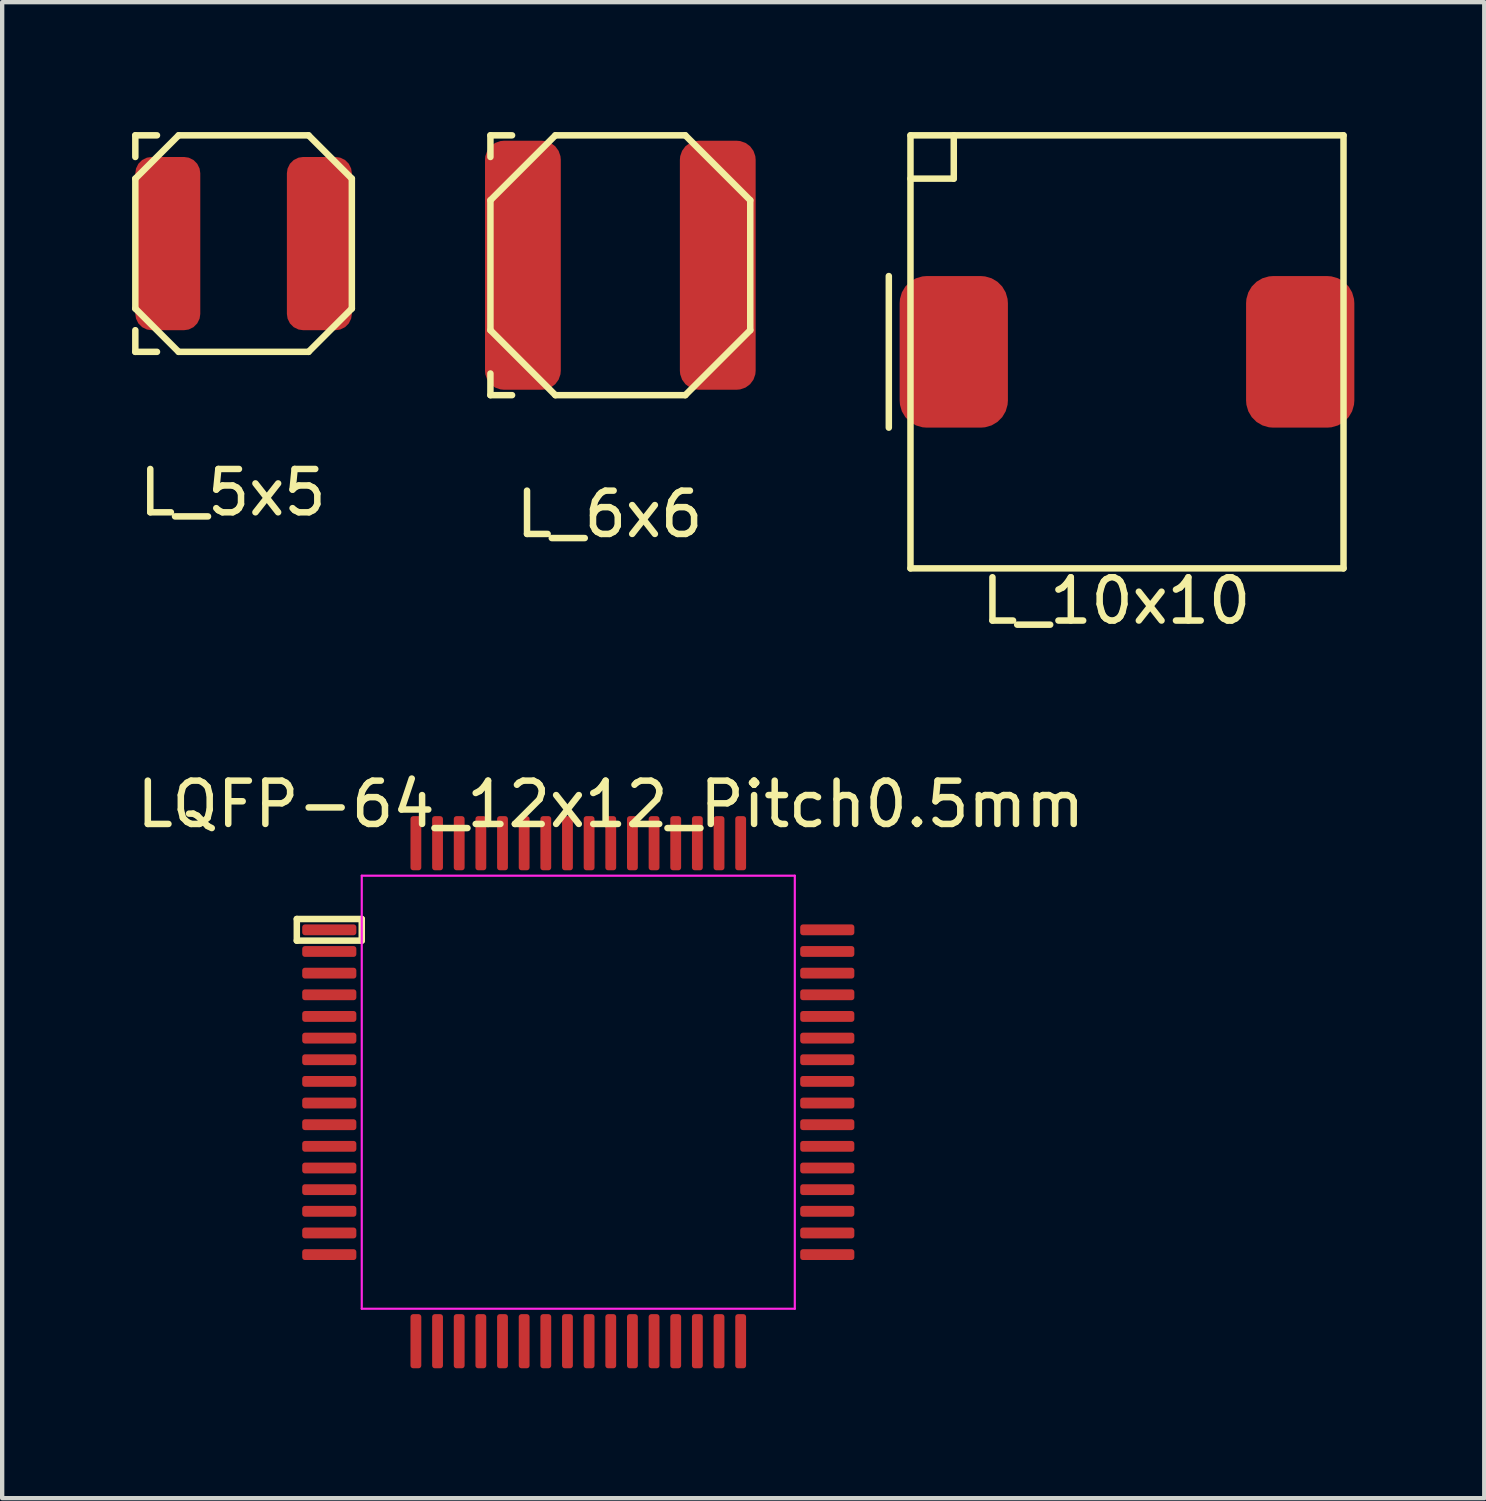
<source format=kicad_pcb>
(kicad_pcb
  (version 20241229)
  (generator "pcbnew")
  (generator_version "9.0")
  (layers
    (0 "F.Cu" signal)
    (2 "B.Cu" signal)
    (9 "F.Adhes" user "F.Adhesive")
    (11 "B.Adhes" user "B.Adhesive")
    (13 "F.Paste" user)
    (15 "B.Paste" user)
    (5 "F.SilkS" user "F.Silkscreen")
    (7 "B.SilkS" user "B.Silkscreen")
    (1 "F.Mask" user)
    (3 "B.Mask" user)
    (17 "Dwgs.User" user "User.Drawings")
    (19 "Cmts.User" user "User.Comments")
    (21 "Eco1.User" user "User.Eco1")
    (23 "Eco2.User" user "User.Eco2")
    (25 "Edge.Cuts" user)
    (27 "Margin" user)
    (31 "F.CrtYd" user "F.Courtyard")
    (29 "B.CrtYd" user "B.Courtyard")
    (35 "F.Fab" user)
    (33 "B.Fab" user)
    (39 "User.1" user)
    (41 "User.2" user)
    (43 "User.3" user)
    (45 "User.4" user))
  (footprint "L_10x10"
    (layer "F.Cu")
    (at 22.975 5.075)
    (property "Reference" "L_10x10" (at -0.25 5.75 0) (layer "F.SilkS") (effects (font (size 1 1) (thickness 0.15))))
    (fp_line (start -5.5 -1.75) (end -5.5 1.75) (stroke (width 0.15) (type solid)) (layer "F.SilkS"))
    (fp_line (start -5 -5) (end 5 -5) (stroke (width 0.15) (type solid)) (layer "F.SilkS"))
    (fp_line (start -5 5) (end -5 -5) (stroke (width 0.15) (type solid)) (layer "F.SilkS"))
    (fp_line (start -4 -5) (end -4 -4) (stroke (width 0.15) (type solid)) (layer "F.SilkS"))
    (fp_line (start -4 -4) (end -5 -4) (stroke (width 0.15) (type solid)) (layer "F.SilkS"))
    (fp_line (start 5 -5) (end 5 5) (stroke (width 0.15) (type solid)) (layer "F.SilkS"))
    (fp_line (start 5 5) (end -5 5) (stroke (width 0.15) (type solid)) (layer "F.SilkS"))
    (pad "1" smd roundrect (at -4 0) (size 2.5 3.5) (layers "F.Cu" "F.Mask" "F.Paste") (roundrect_rratio 0.25))
    (pad "2" smd roundrect (at 4 0) (size 2.5 3.5) (layers "F.Cu" "F.Mask" "F.Paste") (roundrect_rratio 0.25)))
  (footprint "L_5x5"
    (layer "F.Cu")
    (at 2.575 2.575)
    (property "Reference" "L_5x5" (at -0.25 5.75 0) (layer "F.SilkS") (effects (font (size 1 1) (thickness 0.15))))
    (attr through_hole)
    (fp_line (start -2.5 -2.5) (end -2.5 -2) (stroke (width 0.15) (type solid)) (layer "F.SilkS"))
    (fp_line (start -2.5 -1.5) (end -1.5 -2.5) (stroke (width 0.15) (type solid)) (layer "F.SilkS"))
    (fp_line (start -2.5 1.5) (end -2.5 -1.5) (stroke (width 0.15) (type solid)) (layer "F.SilkS"))
    (fp_line (start -2.5 2.5) (end -2.5 2) (stroke (width 0.15) (type solid)) (layer "F.SilkS"))
    (fp_line (start -2 -2.5) (end -2.5 -2.5) (stroke (width 0.15) (type solid)) (layer "F.SilkS"))
    (fp_line (start -2 2.5) (end -2.5 2.5) (stroke (width 0.15) (type solid)) (layer "F.SilkS"))
    (fp_line (start -1.5 -2.5) (end 1.5 -2.5) (stroke (width 0.15) (type solid)) (layer "F.SilkS"))
    (fp_line (start -1.5 2.5) (end -2.5 1.5) (stroke (width 0.15) (type solid)) (layer "F.SilkS"))
    (fp_line (start 1.5 -2.5) (end 2.5 -1.5) (stroke (width 0.15) (type solid)) (layer "F.SilkS"))
    (fp_line (start 1.5 2.5) (end -1.5 2.5) (stroke (width 0.15) (type solid)) (layer "F.SilkS"))
    (fp_line (start 2.5 -1.5) (end 2.5 1.5) (stroke (width 0.15) (type solid)) (layer "F.SilkS"))
    (fp_line (start 2.5 1.5) (end 1.5 2.5) (stroke (width 0.15) (type solid)) (layer "F.SilkS"))
    (pad "1" smd roundrect (at -1.75 0) (size 1.5 4) (layers "F.Cu" "F.Mask" "F.Paste") (roundrect_rratio 0.25))
    (pad "2" smd roundrect (at 1.75 0) (size 1.5 4) (layers "F.Cu" "F.Mask" "F.Paste") (roundrect_rratio 0.25)))
  (footprint "L_6x6"
    (layer "F.Cu")
    (at 11.275 3.075)
    (property "Reference" "L_6x6" (at -0.25 5.75 0) (layer "F.SilkS") (effects (font (size 1 1) (thickness 0.15))))
    (fp_line (start -3 -3) (end -3 -2.5) (stroke (width 0.15) (type solid)) (layer "F.SilkS"))
    (fp_line (start -3 -1.5) (end -1.5 -3) (stroke (width 0.15) (type solid)) (layer "F.SilkS"))
    (fp_line (start -3 1.5) (end -3 -1.5) (stroke (width 0.15) (type solid)) (layer "F.SilkS"))
    (fp_line (start -3 3) (end -3 2.5) (stroke (width 0.15) (type solid)) (layer "F.SilkS"))
    (fp_line (start -2.5 -3) (end -3 -3) (stroke (width 0.15) (type solid)) (layer "F.SilkS"))
    (fp_line (start -2.5 3) (end -3 3) (stroke (width 0.15) (type solid)) (layer "F.SilkS"))
    (fp_line (start -1.5 -3) (end 1.5 -3) (stroke (width 0.15) (type solid)) (layer "F.SilkS"))
    (fp_line (start -1.5 3) (end -3 1.5) (stroke (width 0.15) (type solid)) (layer "F.SilkS"))
    (fp_line (start 1.5 -3) (end 3 -1.5) (stroke (width 0.15) (type solid)) (layer "F.SilkS"))
    (fp_line (start 1.5 3) (end -1.5 3) (stroke (width 0.15) (type solid)) (layer "F.SilkS"))
    (fp_line (start 3 -1.5) (end 3 1.5) (stroke (width 0.15) (type solid)) (layer "F.SilkS"))
    (fp_line (start 3 1.5) (end 1.5 3) (stroke (width 0.15) (type solid)) (layer "F.SilkS"))
    (pad "1" smd roundrect (at -2.25 0) (size 1.75 5.75) (layers "F.Cu" "F.Mask" "F.Paste") (roundrect_rratio 0.25))
    (pad "2" smd roundrect (at 2.25 0) (size 1.75 5.75) (layers "F.Cu" "F.Mask" "F.Paste") (roundrect_rratio 0.25)))
  (footprint "LQFP-64_12x12_Pitch0.5mm"
    (layer "F.Cu")
    (at 10.304 22.172)
    (property "Reference" "LQFP-64_12x12_Pitch0.5mm" (at 0.75 -6.65 0) (layer "F.SilkS") (effects (font (size 1 1) (thickness 0.15))))
    (attr smd)
    (fp_line (start -6.5 -4) (end -6.5 -3.5) (stroke (width 0.15) (type solid)) (layer "F.SilkS"))
    (fp_line (start -6.5 -4) (end -5 -4) (stroke (width 0.15) (type solid)) (layer "F.SilkS"))
    (fp_line (start -6.5 -3.5) (end -5 -3.5) (stroke (width 0.15) (type solid)) (layer "F.SilkS"))
    (fp_line (start -5 -4) (end -5 -3.5) (stroke (width 0.15) (type solid)) (layer "F.SilkS"))
    (fp_line (start -5 -5) (end 5 -5) (stroke (width 0.05) (type solid)) (layer "F.CrtYd"))
    (fp_line (start -5 5) (end -5 -5) (stroke (width 0.05) (type solid)) (layer "F.CrtYd"))
    (fp_line (start 5 -5) (end 5 5) (stroke (width 0.05) (type solid)) (layer "F.CrtYd"))
    (fp_line (start 5 5) (end -5 5) (stroke (width 0.05) (type solid)) (layer "F.CrtYd"))
    (pad "1" smd roundrect (at -5.75 -3.75 90) (size 0.25 1.25) (layers "F.Cu" "F.Mask" "F.Paste") (roundrect_rratio 0.25))
    (pad "2" smd roundrect (at -5.75 -3.25 90) (size 0.25 1.25) (layers "F.Cu" "F.Mask" "F.Paste") (roundrect_rratio 0.25))
    (pad "3" smd roundrect (at -5.75 -2.75 90) (size 0.25 1.25) (layers "F.Cu" "F.Mask" "F.Paste") (roundrect_rratio 0.25))
    (pad "4" smd roundrect (at -5.75 -2.25 90) (size 0.25 1.25) (layers "F.Cu" "F.Mask" "F.Paste") (roundrect_rratio 0.25))
    (pad "5" smd roundrect (at -5.75 -1.75 90) (size 0.25 1.25) (layers "F.Cu" "F.Mask" "F.Paste") (roundrect_rratio 0.25))
    (pad "6" smd roundrect (at -5.75 -1.25 90) (size 0.25 1.25) (layers "F.Cu" "F.Mask" "F.Paste") (roundrect_rratio 0.25))
    (pad "7" smd roundrect (at -5.75 -0.75 90) (size 0.25 1.25) (layers "F.Cu" "F.Mask" "F.Paste") (roundrect_rratio 0.25))
    (pad "8" smd roundrect (at -5.75 -0.25 90) (size 0.25 1.25) (layers "F.Cu" "F.Mask" "F.Paste") (roundrect_rratio 0.25))
    (pad "9" smd roundrect (at -5.75 0.25 90) (size 0.25 1.25) (layers "F.Cu" "F.Mask" "F.Paste") (roundrect_rratio 0.25))
    (pad "10" smd roundrect (at -5.75 0.75 90) (size 0.25 1.25) (layers "F.Cu" "F.Mask" "F.Paste") (roundrect_rratio 0.25))
    (pad "11" smd roundrect (at -5.75 1.25 90) (size 0.25 1.25) (layers "F.Cu" "F.Mask" "F.Paste") (roundrect_rratio 0.25))
    (pad "12" smd roundrect (at -5.75 1.75 90) (size 0.25 1.25) (layers "F.Cu" "F.Mask" "F.Paste") (roundrect_rratio 0.25))
    (pad "13" smd roundrect (at -5.75 2.25 90) (size 0.25 1.25) (layers "F.Cu" "F.Mask" "F.Paste") (roundrect_rratio 0.25))
    (pad "14" smd roundrect (at -5.75 2.75 90) (size 0.25 1.25) (layers "F.Cu" "F.Mask" "F.Paste") (roundrect_rratio 0.25))
    (pad "15" smd roundrect (at -5.75 3.25 90) (size 0.25 1.25) (layers "F.Cu" "F.Mask" "F.Paste") (roundrect_rratio 0.25))
    (pad "16" smd roundrect (at -5.75 3.75 90) (size 0.25 1.25) (layers "F.Cu" "F.Mask" "F.Paste") (roundrect_rratio 0.25))
    (pad "17" smd roundrect (at -3.75 5.75 180) (size 0.25 1.25) (layers "F.Cu" "F.Mask" "F.Paste") (roundrect_rratio 0.25))
    (pad "18" smd roundrect (at -3.25 5.75 180) (size 0.25 1.25) (layers "F.Cu" "F.Mask" "F.Paste") (roundrect_rratio 0.25))
    (pad "19" smd roundrect (at -2.75 5.75 180) (size 0.25 1.25) (layers "F.Cu" "F.Mask" "F.Paste") (roundrect_rratio 0.25))
    (pad "20" smd roundrect (at -2.25 5.75 180) (size 0.25 1.25) (layers "F.Cu" "F.Mask" "F.Paste") (roundrect_rratio 0.25))
    (pad "21" smd roundrect (at -1.75 5.75 180) (size 0.25 1.25) (layers "F.Cu" "F.Mask" "F.Paste") (roundrect_rratio 0.25))
    (pad "22" smd roundrect (at -1.25 5.75 180) (size 0.25 1.25) (layers "F.Cu" "F.Mask" "F.Paste") (roundrect_rratio 0.25))
    (pad "23" smd roundrect (at -0.75 5.75 180) (size 0.25 1.25) (layers "F.Cu" "F.Mask" "F.Paste") (roundrect_rratio 0.25))
    (pad "24" smd roundrect (at -0.25 5.75 180) (size 0.25 1.25) (layers "F.Cu" "F.Mask" "F.Paste") (roundrect_rratio 0.25))
    (pad "25" smd roundrect (at 0.25 5.75 180) (size 0.25 1.25) (layers "F.Cu" "F.Mask" "F.Paste") (roundrect_rratio 0.25))
    (pad "26" smd roundrect (at 0.75 5.75 180) (size 0.25 1.25) (layers "F.Cu" "F.Mask" "F.Paste") (roundrect_rratio 0.25))
    (pad "27" smd roundrect (at 1.25 5.75 180) (size 0.25 1.25) (layers "F.Cu" "F.Mask" "F.Paste") (roundrect_rratio 0.25))
    (pad "28" smd roundrect (at 1.75 5.75 180) (size 0.25 1.25) (layers "F.Cu" "F.Mask" "F.Paste") (roundrect_rratio 0.25))
    (pad "29" smd roundrect (at 2.25 5.75 180) (size 0.25 1.25) (layers "F.Cu" "F.Mask" "F.Paste") (roundrect_rratio 0.25))
    (pad "30" smd roundrect (at 2.75 5.75 180) (size 0.25 1.25) (layers "F.Cu" "F.Mask" "F.Paste") (roundrect_rratio 0.25))
    (pad "31" smd roundrect (at 3.25 5.75 180) (size 0.25 1.25) (layers "F.Cu" "F.Mask" "F.Paste") (roundrect_rratio 0.25))
    (pad "32" smd roundrect (at 3.75 5.75) (size 0.25 1.25) (layers "F.Cu" "F.Mask" "F.Paste") (roundrect_rratio 0.25))
    (pad "33" smd roundrect (at 5.75 3.75 270) (size 0.25 1.25) (layers "F.Cu" "F.Mask" "F.Paste") (roundrect_rratio 0.25))
    (pad "34" smd roundrect (at 5.75 3.25 270) (size 0.25 1.25) (layers "F.Cu" "F.Mask" "F.Paste") (roundrect_rratio 0.25))
    (pad "35" smd roundrect (at 5.75 2.75 270) (size 0.25 1.25) (layers "F.Cu" "F.Mask" "F.Paste") (roundrect_rratio 0.25))
    (pad "36" smd roundrect (at 5.75 2.25 270) (size 0.25 1.25) (layers "F.Cu" "F.Mask" "F.Paste") (roundrect_rratio 0.25))
    (pad "37" smd roundrect (at 5.75 1.75 270) (size 0.25 1.25) (layers "F.Cu" "F.Mask" "F.Paste") (roundrect_rratio 0.25))
    (pad "38" smd roundrect (at 5.75 1.25 270) (size 0.25 1.25) (layers "F.Cu" "F.Mask" "F.Paste") (roundrect_rratio 0.25))
    (pad "39" smd roundrect (at 5.75 0.75 270) (size 0.25 1.25) (layers "F.Cu" "F.Mask" "F.Paste") (roundrect_rratio 0.25))
    (pad "40" smd roundrect (at 5.75 0.25 270) (size 0.25 1.25) (layers "F.Cu" "F.Mask" "F.Paste") (roundrect_rratio 0.25))
    (pad "41" smd roundrect (at 5.75 -0.25 270) (size 0.25 1.25) (layers "F.Cu" "F.Mask" "F.Paste") (roundrect_rratio 0.25))
    (pad "42" smd roundrect (at 5.75 -0.75 270) (size 0.25 1.25) (layers "F.Cu" "F.Mask" "F.Paste") (roundrect_rratio 0.25))
    (pad "43" smd roundrect (at 5.75 -1.25 270) (size 0.25 1.25) (layers "F.Cu" "F.Mask" "F.Paste") (roundrect_rratio 0.25))
    (pad "44" smd roundrect (at 5.75 -1.75 270) (size 0.25 1.25) (layers "F.Cu" "F.Mask" "F.Paste") (roundrect_rratio 0.25))
    (pad "45" smd roundrect (at 5.75 -2.25 270) (size 0.25 1.25) (layers "F.Cu" "F.Mask" "F.Paste") (roundrect_rratio 0.25))
    (pad "46" smd roundrect (at 5.75 -2.75 270) (size 0.25 1.25) (layers "F.Cu" "F.Mask" "F.Paste") (roundrect_rratio 0.25))
    (pad "47" smd roundrect (at 5.75 -3.25 270) (size 0.25 1.25) (layers "F.Cu" "F.Mask" "F.Paste") (roundrect_rratio 0.25))
    (pad "48" smd roundrect (at 5.75 -3.75 90) (size 0.25 1.25) (layers "F.Cu" "F.Mask" "F.Paste") (roundrect_rratio 0.25))
    (pad "49" smd roundrect (at 3.75 -5.75) (size 0.25 1.25) (layers "F.Cu" "F.Mask" "F.Paste") (roundrect_rratio 0.25))
    (pad "50" smd roundrect (at 3.25 -5.75) (size 0.25 1.25) (layers "F.Cu" "F.Mask" "F.Paste") (roundrect_rratio 0.25))
    (pad "51" smd roundrect (at 2.75 -5.75) (size 0.25 1.25) (layers "F.Cu" "F.Mask" "F.Paste") (roundrect_rratio 0.25))
    (pad "52" smd roundrect (at 2.25 -5.75) (size 0.25 1.25) (layers "F.Cu" "F.Mask" "F.Paste") (roundrect_rratio 0.25))
    (pad "53" smd roundrect (at 1.75 -5.75) (size 0.25 1.25) (layers "F.Cu" "F.Mask" "F.Paste") (roundrect_rratio 0.25))
    (pad "54" smd roundrect (at 1.25 -5.75) (size 0.25 1.25) (layers "F.Cu" "F.Mask" "F.Paste") (roundrect_rratio 0.25))
    (pad "55" smd roundrect (at 0.75 -5.75) (size 0.25 1.25) (layers "F.Cu" "F.Mask" "F.Paste") (roundrect_rratio 0.25))
    (pad "56" smd roundrect (at 0.25 -5.75) (size 0.25 1.25) (layers "F.Cu" "F.Mask" "F.Paste") (roundrect_rratio 0.25))
    (pad "57" smd roundrect (at -0.25 -5.75) (size 0.25 1.25) (layers "F.Cu" "F.Mask" "F.Paste") (roundrect_rratio 0.25))
    (pad "58" smd roundrect (at -0.75 -5.75) (size 0.25 1.25) (layers "F.Cu" "F.Mask" "F.Paste") (roundrect_rratio 0.25))
    (pad "59" smd roundrect (at -1.25 -5.75) (size 0.25 1.25) (layers "F.Cu" "F.Mask" "F.Paste") (roundrect_rratio 0.25))
    (pad "60" smd roundrect (at -1.75 -5.75) (size 0.25 1.25) (layers "F.Cu" "F.Mask" "F.Paste") (roundrect_rratio 0.25))
    (pad "61" smd roundrect (at -2.25 -5.75) (size 0.25 1.25) (layers "F.Cu" "F.Mask" "F.Paste") (roundrect_rratio 0.25))
    (pad "62" smd roundrect (at -2.75 -5.75) (size 0.25 1.25) (layers "F.Cu" "F.Mask" "F.Paste") (roundrect_rratio 0.25))
    (pad "63" smd roundrect (at -3.25 -5.75) (size 0.25 1.25) (layers "F.Cu" "F.Mask" "F.Paste") (roundrect_rratio 0.25))
    (pad "64" smd roundrect (at -3.75 -5.75) (size 0.25 1.25) (layers "F.Cu" "F.Mask" "F.Paste") (roundrect_rratio 0.25)))
  (gr_rect
    (start -3 -3)
    (end 31.225 31.547)
    (stroke (width 0.1) (type default))
    (fill no)
    (layer "Edge.Cuts")))
</source>
